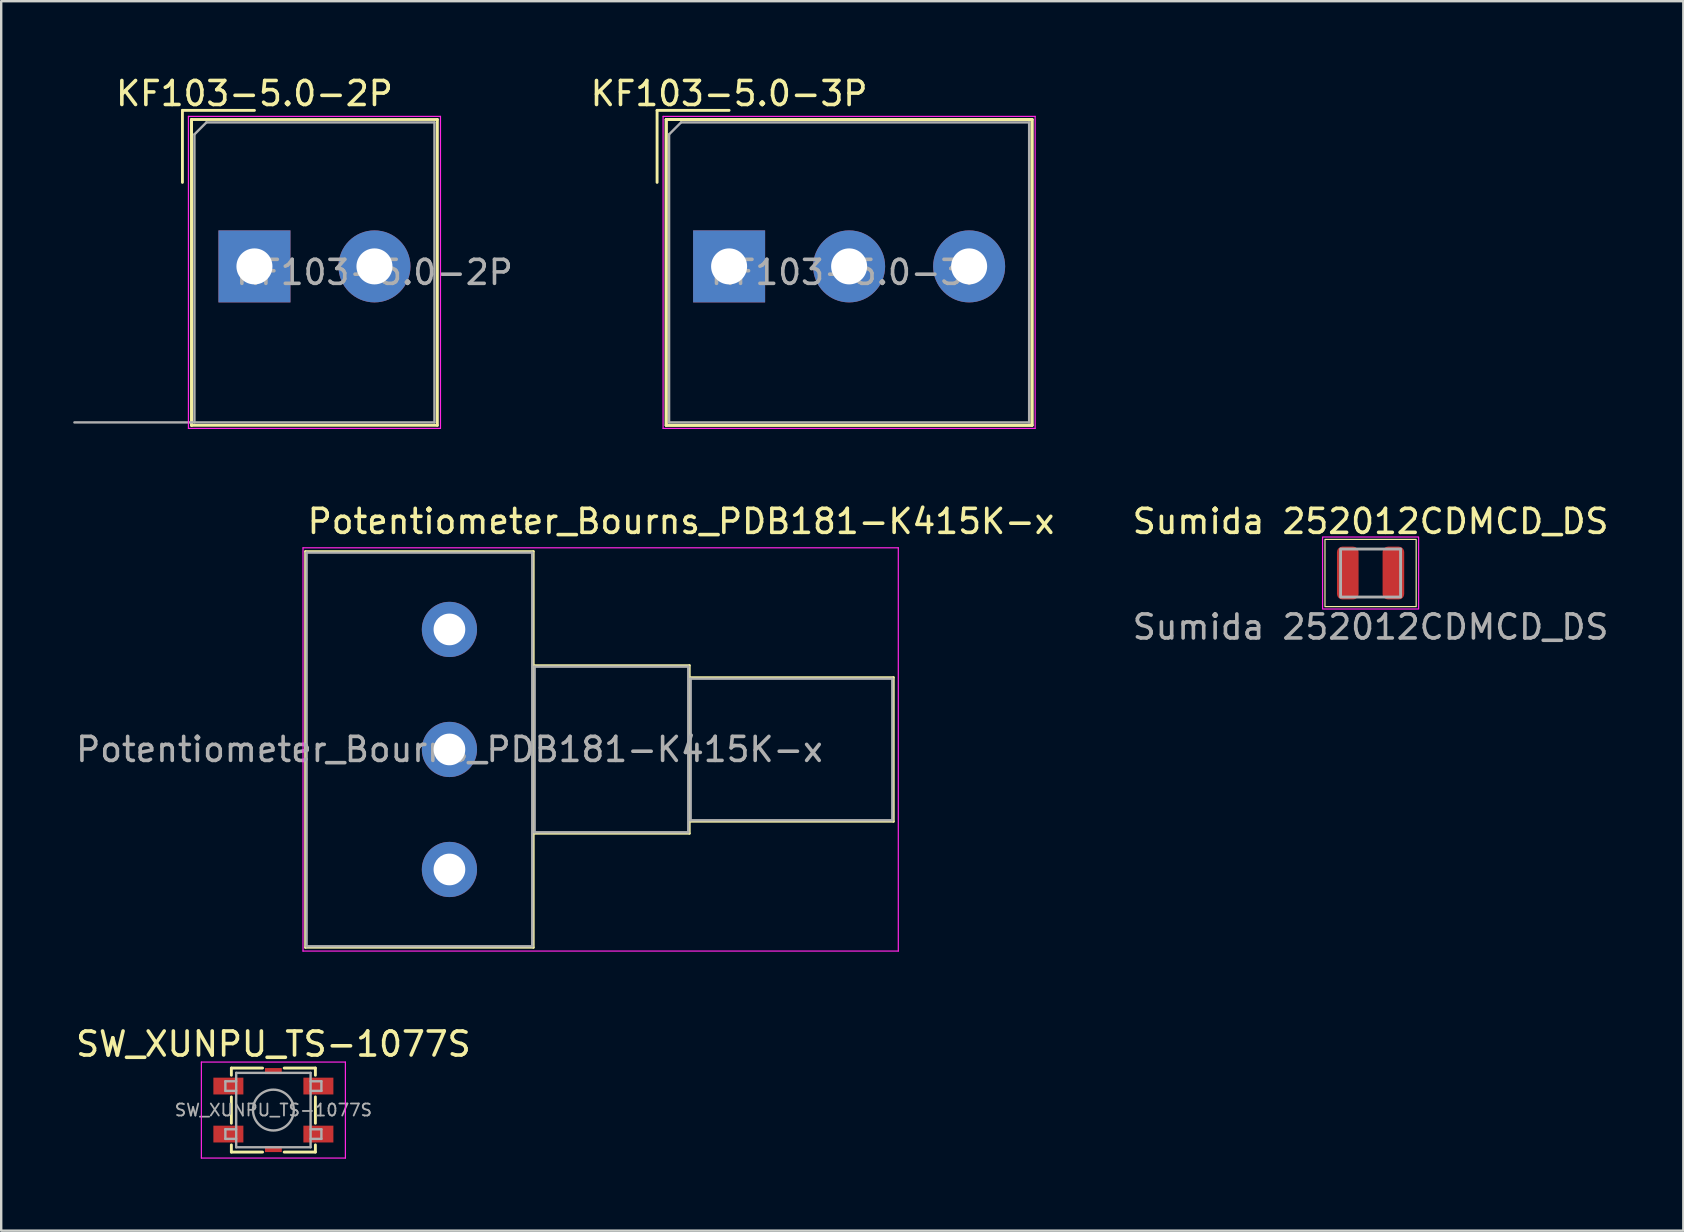
<source format=kicad_pcb>
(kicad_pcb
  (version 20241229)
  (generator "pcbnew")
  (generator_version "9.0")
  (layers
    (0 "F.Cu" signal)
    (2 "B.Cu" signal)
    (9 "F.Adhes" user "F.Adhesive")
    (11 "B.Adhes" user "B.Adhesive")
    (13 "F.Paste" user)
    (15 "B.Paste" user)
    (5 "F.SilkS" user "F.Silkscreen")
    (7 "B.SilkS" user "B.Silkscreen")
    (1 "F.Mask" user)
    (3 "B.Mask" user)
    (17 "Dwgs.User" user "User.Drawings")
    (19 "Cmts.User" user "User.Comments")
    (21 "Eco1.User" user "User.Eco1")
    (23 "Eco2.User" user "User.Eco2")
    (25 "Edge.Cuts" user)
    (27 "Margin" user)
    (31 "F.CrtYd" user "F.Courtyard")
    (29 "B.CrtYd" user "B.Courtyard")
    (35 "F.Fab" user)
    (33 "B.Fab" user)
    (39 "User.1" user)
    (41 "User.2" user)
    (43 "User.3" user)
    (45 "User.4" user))
  (footprint "Potentiometer_Bourns_PDB181-K415K-x"
    (layer "F.Cu")
    (at 15.673 33.172)
    (property "Reference" "Potentiometer_Bourns_PDB181-K415K-x" (at -6 -14.5 0) (layer "F.SilkS") (effects (font (size 1 1) (thickness 0.15)) (justify left)))
    (attr through_hole)
    (fp_line (start -6 -13.25) (end -6 3.25) (stroke (width 0.1) (type solid)) (layer "F.SilkS"))
    (fp_line (start -6 3.25) (end 3.5 3.25) (stroke (width 0.1) (type solid)) (layer "F.SilkS"))
    (fp_line (start 3.5 -13.25) (end -6 -13.25) (stroke (width 0.1) (type solid)) (layer "F.SilkS"))
    (fp_line (start 3.5 -1.5) (end 10 -1.5) (stroke (width 0.1) (type solid)) (layer "F.SilkS"))
    (fp_line (start 3.5 3.25) (end 3.5 -13.25) (stroke (width 0.1) (type solid)) (layer "F.SilkS"))
    (fp_line (start 10 -8.5) (end 3.5 -8.5) (stroke (width 0.1) (type solid)) (layer "F.SilkS"))
    (fp_line (start 10 -2) (end 18.5 -2) (stroke (width 0.1) (type solid)) (layer "F.SilkS"))
    (fp_line (start 10 -1.5) (end 10 -8.5) (stroke (width 0.1) (type solid)) (layer "F.SilkS"))
    (fp_line (start 18.5 -8) (end 10 -8) (stroke (width 0.1) (type solid)) (layer "F.SilkS"))
    (fp_line (start 18.5 -8) (end 18.5 -2) (stroke (width 0.1) (type solid)) (layer "F.SilkS"))
    (fp_line (start -6.1 -13.4) (end -6.1 3.4) (stroke (width 0.05) (type solid)) (layer "F.CrtYd"))
    (fp_line (start -6.1 3.4) (end 18.7 3.4) (stroke (width 0.05) (type solid)) (layer "F.CrtYd"))
    (fp_line (start 18.7 -13.4) (end -6.1 -13.4) (stroke (width 0.05) (type solid)) (layer "F.CrtYd"))
    (fp_line (start 18.7 3.4) (end 18.7 -13.4) (stroke (width 0.05) (type solid)) (layer "F.CrtYd"))
    (fp_line (start -5.95 -13.2) (end 3.45 -13.2) (stroke (width 0.1) (type solid)) (layer "F.Fab"))
    (fp_line (start -5.95 3.2) (end -5.95 -13.2) (stroke (width 0.1) (type solid)) (layer "F.Fab"))
    (fp_line (start 3.45 -13.2) (end 3.45 3.2) (stroke (width 0.1) (type solid)) (layer "F.Fab"))
    (fp_line (start 3.45 3.2) (end -5.95 3.2) (stroke (width 0.1) (type solid)) (layer "F.Fab"))
    (fp_line (start 3.55 -8.45) (end 9.95 -8.45) (stroke (width 0.1) (type solid)) (layer "F.Fab"))
    (fp_line (start 3.55 -1.55) (end 3.55 -8.45) (stroke (width 0.1) (type solid)) (layer "F.Fab"))
    (fp_line (start 9.95 -8.45) (end 9.95 -1.55) (stroke (width 0.1) (type solid)) (layer "F.Fab"))
    (fp_line (start 9.95 -1.55) (end 3.55 -1.55) (stroke (width 0.1) (type solid)) (layer "F.Fab"))
    (fp_line (start 10.05 -7.95) (end 18.45 -7.95) (stroke (width 0.1) (type solid)) (layer "F.Fab"))
    (fp_line (start 10.05 -2.05) (end 10.05 -7.95) (stroke (width 0.1) (type solid)) (layer "F.Fab"))
    (fp_line (start 18.45 -7.95) (end 18.45 -2.05) (stroke (width 0.1) (type solid)) (layer "F.Fab"))
    (fp_line (start 18.45 -2.05) (end 10.05 -2.05) (stroke (width 0.1) (type solid)) (layer "F.Fab"))
    (fp_text user "${REFERENCE}" (at 0 -5 0) (layer "F.Fab") (effects (font (size 1 1) (thickness 0.15))))
    (pad "1" thru_hole circle (at 0 0) (size 2.3 2.3) (drill 1.32) (layers "*.Cu" "*.Mask"))
    (pad "2" thru_hole circle (at 0 -5) (size 2.3 2.3) (drill 1.32) (layers "*.Cu" "*.Mask"))
    (pad "3" thru_hole circle (at 0 -10) (size 2.3 2.3) (drill 1.32) (layers "*.Cu" "*.Mask")))
  (footprint "KF103-5.0-2P"
    (layer "F.Cu")
    (at 7.55 8.048)
    (property "Reference" "KF103-5.0-2P" (at 0 -7.2 0) (layer "F.SilkS") (effects (font (size 1 1) (thickness 0.15))))
    (attr through_hole)
    (fp_line (start -3 -6.5) (end 0 -6.5) (stroke (width 0.12) (type solid)) (layer "F.SilkS"))
    (fp_line (start -3 -3.5) (end -3 -6.5) (stroke (width 0.12) (type solid)) (layer "F.SilkS"))
    (fp_line (start -2.62 -6.12) (end -2.62 6.62) (stroke (width 0.12) (type solid)) (layer "F.SilkS"))
    (fp_line (start -2.62 -6.12) (end -2.62 6.62) (stroke (width 0.12) (type solid)) (layer "F.SilkS"))
    (fp_line (start -2.62 -6.12) (end 7.62 -6.12) (stroke (width 0.12) (type solid)) (layer "F.SilkS"))
    (fp_line (start -2.62 6.62) (end 7.62 6.62) (stroke (width 0.12) (type solid)) (layer "F.SilkS"))
    (fp_line (start 7.62 -6.12) (end 7.62 6.62) (stroke (width 0.12) (type solid)) (layer "F.SilkS"))
    (fp_line (start -2.75 -6.25) (end -2.75 6.75) (stroke (width 0.05) (type solid)) (layer "F.CrtYd"))
    (fp_line (start -2.75 -6.25) (end 7.75 -6.25) (stroke (width 0.05) (type solid)) (layer "F.CrtYd"))
    (fp_line (start -2.75 6.75) (end 7.75 6.75) (stroke (width 0.05) (type solid)) (layer "F.CrtYd"))
    (fp_line (start 7.75 -6.25) (end 7.75 6.75) (stroke (width 0.05) (type solid)) (layer "F.CrtYd"))
    (fp_line (start -2.5 -5.5) (end -2 -6) (stroke (width 0.1) (type solid)) (layer "F.Fab"))
    (fp_line (start -2.5 6.5) (end -2.5 -5.5) (stroke (width 0.1) (type solid)) (layer "F.Fab"))
    (fp_line (start -2 -6) (end 7.5 -6) (stroke (width 0.1) (type solid)) (layer "F.Fab"))
    (fp_line (start 7.5 -6) (end 7.5 6.5) (stroke (width 0.1) (type solid)) (layer "F.Fab"))
    (fp_line (start 7.5 6.5) (end -7.5 6.5) (stroke (width 0.1) (type solid)) (layer "F.Fab"))
    (fp_text user "${REFERENCE}" (at 5 0.25 0) (layer "F.Fab") (effects (font (size 1 1) (thickness 0.15))))
    (pad "1" thru_hole rect (at 0 0) (size 3 3) (drill 1.5) (layers "*.Cu" "*.Mask"))
    (pad "2" thru_hole circle (at 5 0) (size 3 3) (drill 1.5) (layers "*.Cu" "*.Mask")))
  (footprint "KF103-5.0-3P"
    (layer "F.Cu")
    (at 27.324 8.048)
    (property "Reference" "KF103-5.0-3P" (at 0 -7.2 0) (layer "F.SilkS") (effects (font (size 1 1) (thickness 0.15))))
    (attr through_hole)
    (fp_line (start -3 -6.5) (end 0 -6.5) (stroke (width 0.12) (type solid)) (layer "F.SilkS"))
    (fp_line (start -3 -3.5) (end -3 -6.5) (stroke (width 0.12) (type solid)) (layer "F.SilkS"))
    (fp_line (start -2.62 -6.12) (end -2.62 6.62) (stroke (width 0.12) (type solid)) (layer "F.SilkS"))
    (fp_line (start -2.62 -6.12) (end -2.62 6.62) (stroke (width 0.12) (type solid)) (layer "F.SilkS"))
    (fp_line (start -2.62 -6.12) (end 12.62 -6.12) (stroke (width 0.12) (type solid)) (layer "F.SilkS"))
    (fp_line (start -2.62 -6.12) (end 12.62 -6.12) (stroke (width 0.12) (type solid)) (layer "F.SilkS"))
    (fp_line (start -2.62 6.62) (end 12.62 6.62) (stroke (width 0.12) (type solid)) (layer "F.SilkS"))
    (fp_line (start -2.62 6.62) (end 12.62 6.62) (stroke (width 0.12) (type solid)) (layer "F.SilkS"))
    (fp_line (start 12.62 -6.12) (end 12.62 6.62) (stroke (width 0.12) (type solid)) (layer "F.SilkS"))
    (fp_line (start 12.62 -6.12) (end 12.62 6.62) (stroke (width 0.12) (type solid)) (layer "F.SilkS"))
    (fp_line (start -2.75 -6.25) (end -2.75 6.75) (stroke (width 0.05) (type solid)) (layer "F.CrtYd"))
    (fp_line (start -2.75 -6.25) (end 12.75 -6.25) (stroke (width 0.05) (type solid)) (layer "F.CrtYd"))
    (fp_line (start -2.75 6.75) (end 12.75 6.75) (stroke (width 0.05) (type solid)) (layer "F.CrtYd"))
    (fp_line (start 12.75 -6.25) (end 12.75 6.75) (stroke (width 0.05) (type solid)) (layer "F.CrtYd"))
    (fp_line (start -2.5 -5.5) (end -2 -6) (stroke (width 0.1) (type solid)) (layer "F.Fab"))
    (fp_line (start -2.5 6.5) (end -2.5 -5.5) (stroke (width 0.1) (type solid)) (layer "F.Fab"))
    (fp_line (start -2 -6) (end 12.5 -6) (stroke (width 0.1) (type solid)) (layer "F.Fab"))
    (fp_line (start 12.5 -6) (end 12.5 6.5) (stroke (width 0.1) (type solid)) (layer "F.Fab"))
    (fp_line (start 12.5 6.5) (end -2.5 6.5) (stroke (width 0.1) (type solid)) (layer "F.Fab"))
    (fp_text user "${REFERENCE}" (at 5 0.25 0) (layer "F.Fab") (effects (font (size 1 1) (thickness 0.15))))
    (pad "1" thru_hole rect (at 0 0) (size 3 3) (drill 1.5) (layers "*.Cu" "*.Mask"))
    (pad "2" thru_hole circle (at 5 0) (size 3 3) (drill 1.5) (layers "*.Cu" "*.Mask"))
    (pad "3" thru_hole circle (at 10 0) (size 3 3) (drill 1.5) (layers "*.Cu" "*.Mask")))
  (footprint "Sumida 252012CDMCD_DS"
    (layer "F.Cu")
    (at 54.048 20.822)
    (property "Reference" "Sumida 252012CDMCD_DS" (at 0 -2.15 0) (unlocked yes) (layer "F.SilkS") (effects (font (size 1 1) (thickness 0.15))))
    (attr smd)
    (fp_rect (start -1.9 -1.4) (end 1.9 1.4) (stroke (width 0.05) (type solid)) (fill no) (layer "F.SilkS"))
    (fp_rect (start -2 -1.5) (end 2 1.5) (stroke (width 0.05) (type solid)) (fill no) (layer "F.CrtYd"))
    (fp_rect (start -1.25 -1) (end 1.25 1) (stroke (width 0.12) (type solid)) (fill no) (layer "F.Fab"))
    (fp_text user "${REFERENCE}" (at 0 2.25 0) (unlocked yes) (layer "F.Fab") (effects (font (size 1 1) (thickness 0.15))))
    (pad "1" smd roundrect (at -0.95 0) (size 0.9 2.2) (layers "F.Cu" "F.Mask" "F.Paste") (roundrect_rratio 0.25))
    (pad "2" smd roundrect (at 0.95 0) (size 0.9 2.2) (layers "F.Cu" "F.Mask" "F.Paste") (roundrect_rratio 0.25)))
  (footprint "SW_XUNPU_TS-1077S"
    (layer "F.Cu")
    (at 8.339 43.195)
    (property "Reference" "SW_XUNPU_TS-1077S" (at 0 -2.75 0) (layer "F.SilkS") (effects (font (size 1 1) (thickness 0.15))))
    (attr smd)
    (fp_line (start -1.75 -1.75) (end -1.75 -1.45) (stroke (width 0.12) (type solid)) (layer "F.SilkS"))
    (fp_line (start -1.75 -1.75) (end -0.45 -1.75) (stroke (width 0.12) (type solid)) (layer "F.SilkS"))
    (fp_line (start -1.75 0.55) (end -1.75 -0.55) (stroke (width 0.12) (type solid)) (layer "F.SilkS"))
    (fp_line (start -1.75 1.75) (end -1.75 1.45) (stroke (width 0.12) (type solid)) (layer "F.SilkS"))
    (fp_line (start -1.75 1.75) (end -0.45 1.75) (stroke (width 0.12) (type solid)) (layer "F.SilkS"))
    (fp_line (start 0.45 -1.75) (end 1.75 -1.75) (stroke (width 0.12) (type solid)) (layer "F.SilkS"))
    (fp_line (start 0.45 1.75) (end 1.75 1.75) (stroke (width 0.12) (type solid)) (layer "F.SilkS"))
    (fp_line (start 1.75 -1.75) (end 1.75 -1.45) (stroke (width 0.12) (type solid)) (layer "F.SilkS"))
    (fp_line (start 1.75 0.55) (end 1.75 -0.55) (stroke (width 0.12) (type solid)) (layer "F.SilkS"))
    (fp_line (start 1.75 1.75) (end 1.75 1.45) (stroke (width 0.12) (type solid)) (layer "F.SilkS"))
    (fp_line (start -3 -2) (end 3 -2) (stroke (width 0.05) (type solid)) (layer "F.CrtYd"))
    (fp_line (start -3 2) (end -3 -2) (stroke (width 0.05) (type solid)) (layer "F.CrtYd"))
    (fp_line (start 3 -2) (end 3 2) (stroke (width 0.05) (type solid)) (layer "F.CrtYd"))
    (fp_line (start 3 2) (end -3 2) (stroke (width 0.05) (type solid)) (layer "F.CrtYd"))
    (fp_line (start -2 -0.8) (end -2 -1.2) (stroke (width 0.1) (type solid)) (layer "F.Fab"))
    (fp_line (start -2 -0.8) (end -1.55 -0.8) (stroke (width 0.1) (type solid)) (layer "F.Fab"))
    (fp_line (start -2 1.2) (end -2 0.8) (stroke (width 0.1) (type solid)) (layer "F.Fab"))
    (fp_line (start -2 1.2) (end -1.55 1.2) (stroke (width 0.1) (type solid)) (layer "F.Fab"))
    (fp_line (start -1.55 -1.55) (end 1.55 -1.55) (stroke (width 0.1) (type solid)) (layer "F.Fab"))
    (fp_line (start -1.55 -1.2) (end -2 -1.2) (stroke (width 0.1) (type solid)) (layer "F.Fab"))
    (fp_line (start -1.55 0.8) (end -2 0.8) (stroke (width 0.1) (type solid)) (layer "F.Fab"))
    (fp_line (start -1.55 1.55) (end -1.55 -1.55) (stroke (width 0.1) (type solid)) (layer "F.Fab"))
    (fp_line (start -1.55 1.55) (end 1.55 1.55) (stroke (width 0.1) (type solid)) (layer "F.Fab"))
    (fp_line (start 1.55 -1.55) (end 1.55 1.55) (stroke (width 0.1) (type solid)) (layer "F.Fab"))
    (fp_line (start 1.55 -0.8) (end 2 -0.8) (stroke (width 0.1) (type solid)) (layer "F.Fab"))
    (fp_line (start 1.55 1.2) (end 2 1.2) (stroke (width 0.1) (type solid)) (layer "F.Fab"))
    (fp_line (start 2 -1.2) (end 1.55 -1.2) (stroke (width 0.1) (type solid)) (layer "F.Fab"))
    (fp_line (start 2 -1.2) (end 2 -0.8) (stroke (width 0.1) (type solid)) (layer "F.Fab"))
    (fp_line (start 2 0.8) (end 1.55 0.8) (stroke (width 0.1) (type solid)) (layer "F.Fab"))
    (fp_line (start 2 0.8) (end 2 1.2) (stroke (width 0.1) (type solid)) (layer "F.Fab"))
    (fp_circle (center 0 0) (end 0.85 0) (stroke (width 0.1) (type solid)) (fill no) (layer "F.Fab"))
    (fp_text user "${REFERENCE}" (at 0 0 0) (layer "F.Fab") (effects (font (size 0.5 0.5) (thickness 0.075))))
    (pad "" smd rect (at 0 -1.625) (size 0.7 0.25) (layers "F.Cu" "F.Mask" "F.Paste"))
    (pad "" smd rect (at 0 1.625) (size 0.7 0.25) (layers "F.Cu" "F.Mask" "F.Paste"))
    (pad "1" smd rect (at -1.875 -1) (size 1.25 0.7) (layers "F.Cu" "F.Mask" "F.Paste"))
    (pad "1" smd rect (at 1.875 -1) (size 1.25 0.7) (layers "F.Cu" "F.Mask" "F.Paste"))
    (pad "2" smd rect (at -1.875 1) (size 1.25 0.7) (layers "F.Cu" "F.Mask" "F.Paste"))
    (pad "2" smd rect (at 1.875 1) (size 1.25 0.7) (layers "F.Cu" "F.Mask" "F.Paste")))
  (gr_rect
    (start -3 -3)
    (end 67.077 48.22)
    (stroke (width 0.1) (type default))
    (fill no)
    (layer "Edge.Cuts")))
</source>
